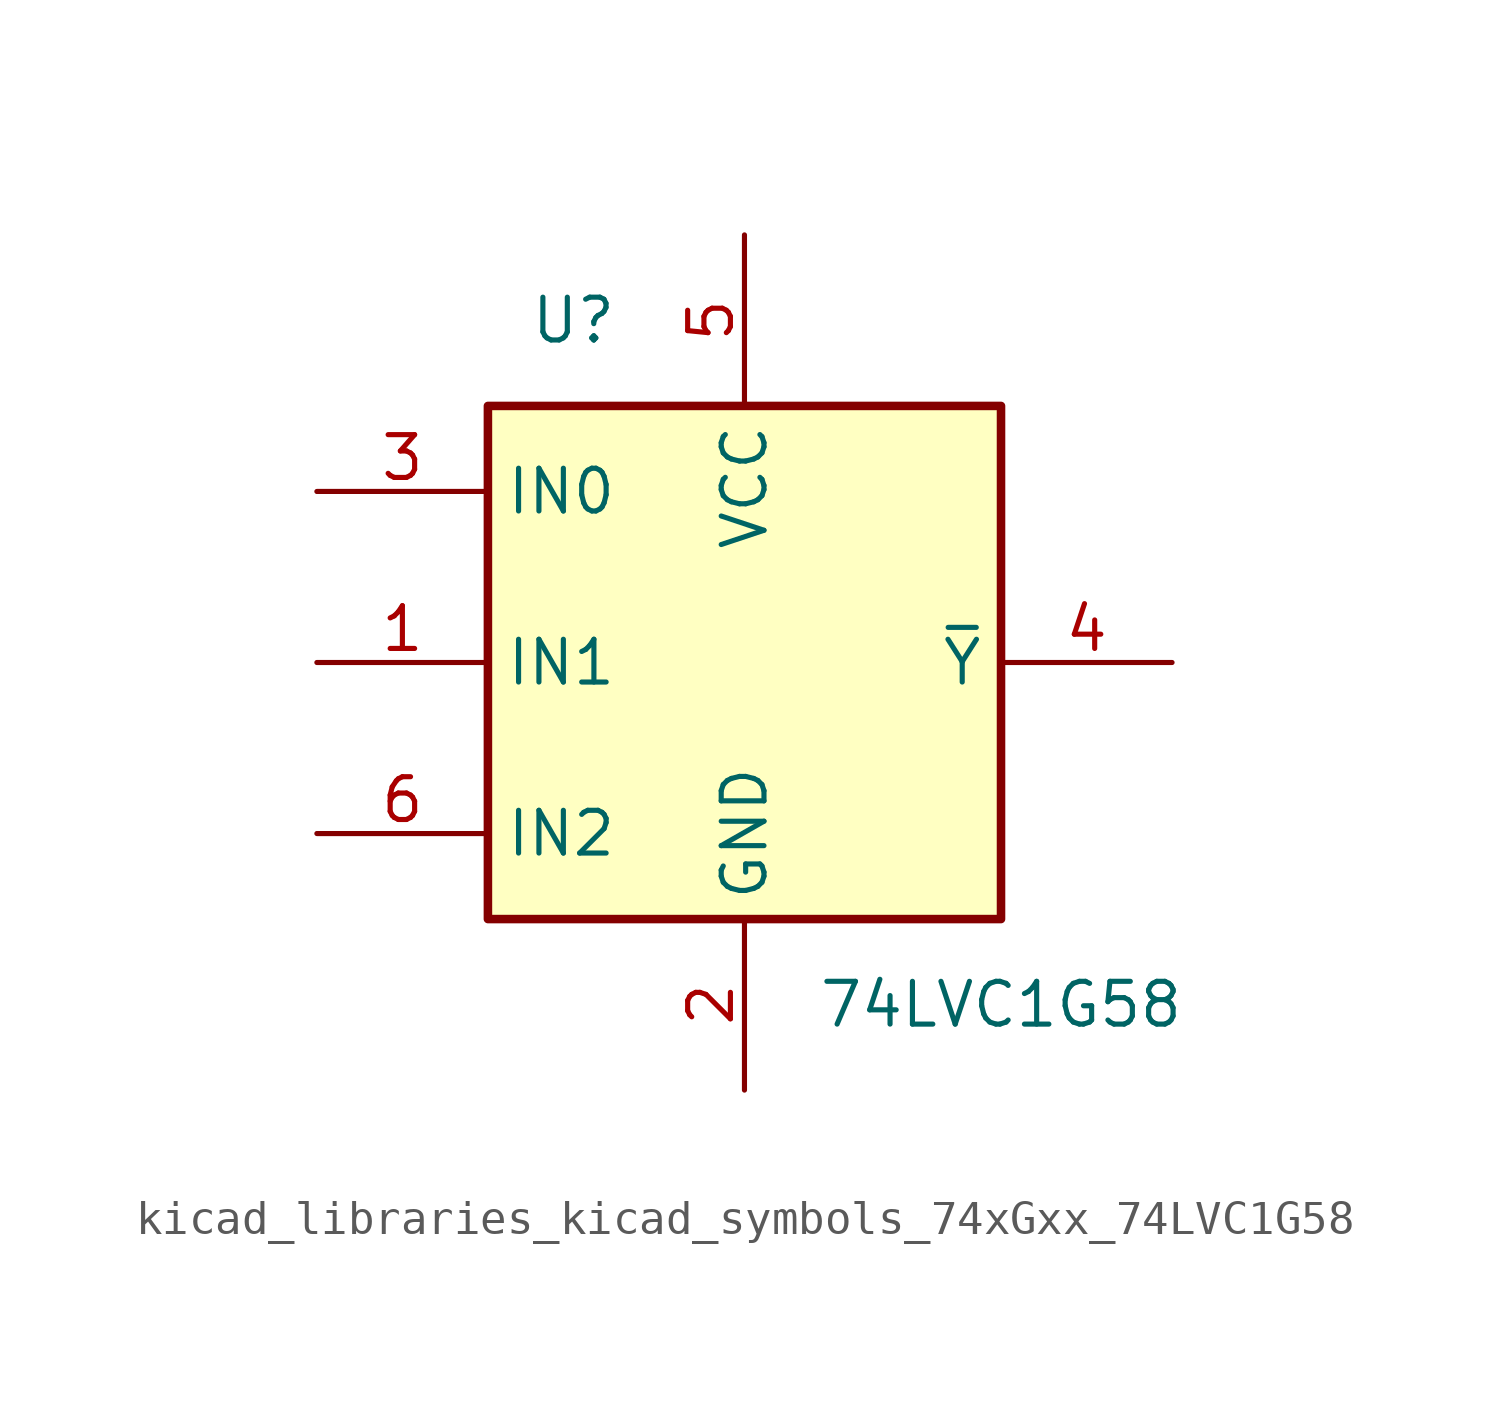
<source format=kicad_sym>
(kicad_symbol_lib
  (version 20220914)
  (generator kicad_symbol_editor)
  (symbol "kicad_libraries_kicad_symbols_74xGxx_74LVC1G58"
    (property "Reference" "U"
      (at -5.08 10.16 0)
      (effects (font (size 1.27 1.27))))
    (property "Value" "74LVC1G58"
      (at 7.62 -10.16 0)
      (effects (font (size 1.27 1.27))))
    (symbol "kicad_libraries_kicad_symbols_74xGxx_74LVC1G58_0_1"
      (rectangle (start -7.62 7.62) (end 7.62 -7.62) (stroke (width 0.254) (type default)) (fill (type background))))
    (symbol "kicad_libraries_kicad_symbols_74xGxx_74LVC1G58_1_1"
      (pin input line (at -12.7 0 0) (length 5.08) (name "IN1" (effects (font (size 1.27 1.27)))) (number "1" (effects (font (size 1.27 1.27)))))
      (pin power_in line (at 0 -12.7 90) (length 5.08) (name "GND" (effects (font (size 1.27 1.27)))) (number "2" (effects (font (size 1.27 1.27)))))
      (pin input line (at -12.7 5.08 0) (length 5.08) (name "IN0" (effects (font (size 1.27 1.27)))) (number "3" (effects (font (size 1.27 1.27)))))
      (pin output line (at 12.7 0 180) (length 5.08) (name "~{Y}" (effects (font (size 1.27 1.27)))) (number "4" (effects (font (size 1.27 1.27)))))
      (pin power_in line (at 0 12.7 270) (length 5.08) (name "VCC" (effects (font (size 1.27 1.27)))) (number "5" (effects (font (size 1.27 1.27)))))
      (pin input line (at -12.7 -5.08 0) (length 5.08) (name "IN2" (effects (font (size 1.27 1.27)))) (number "6" (effects (font (size 1.27 1.27))))))))
</source>
